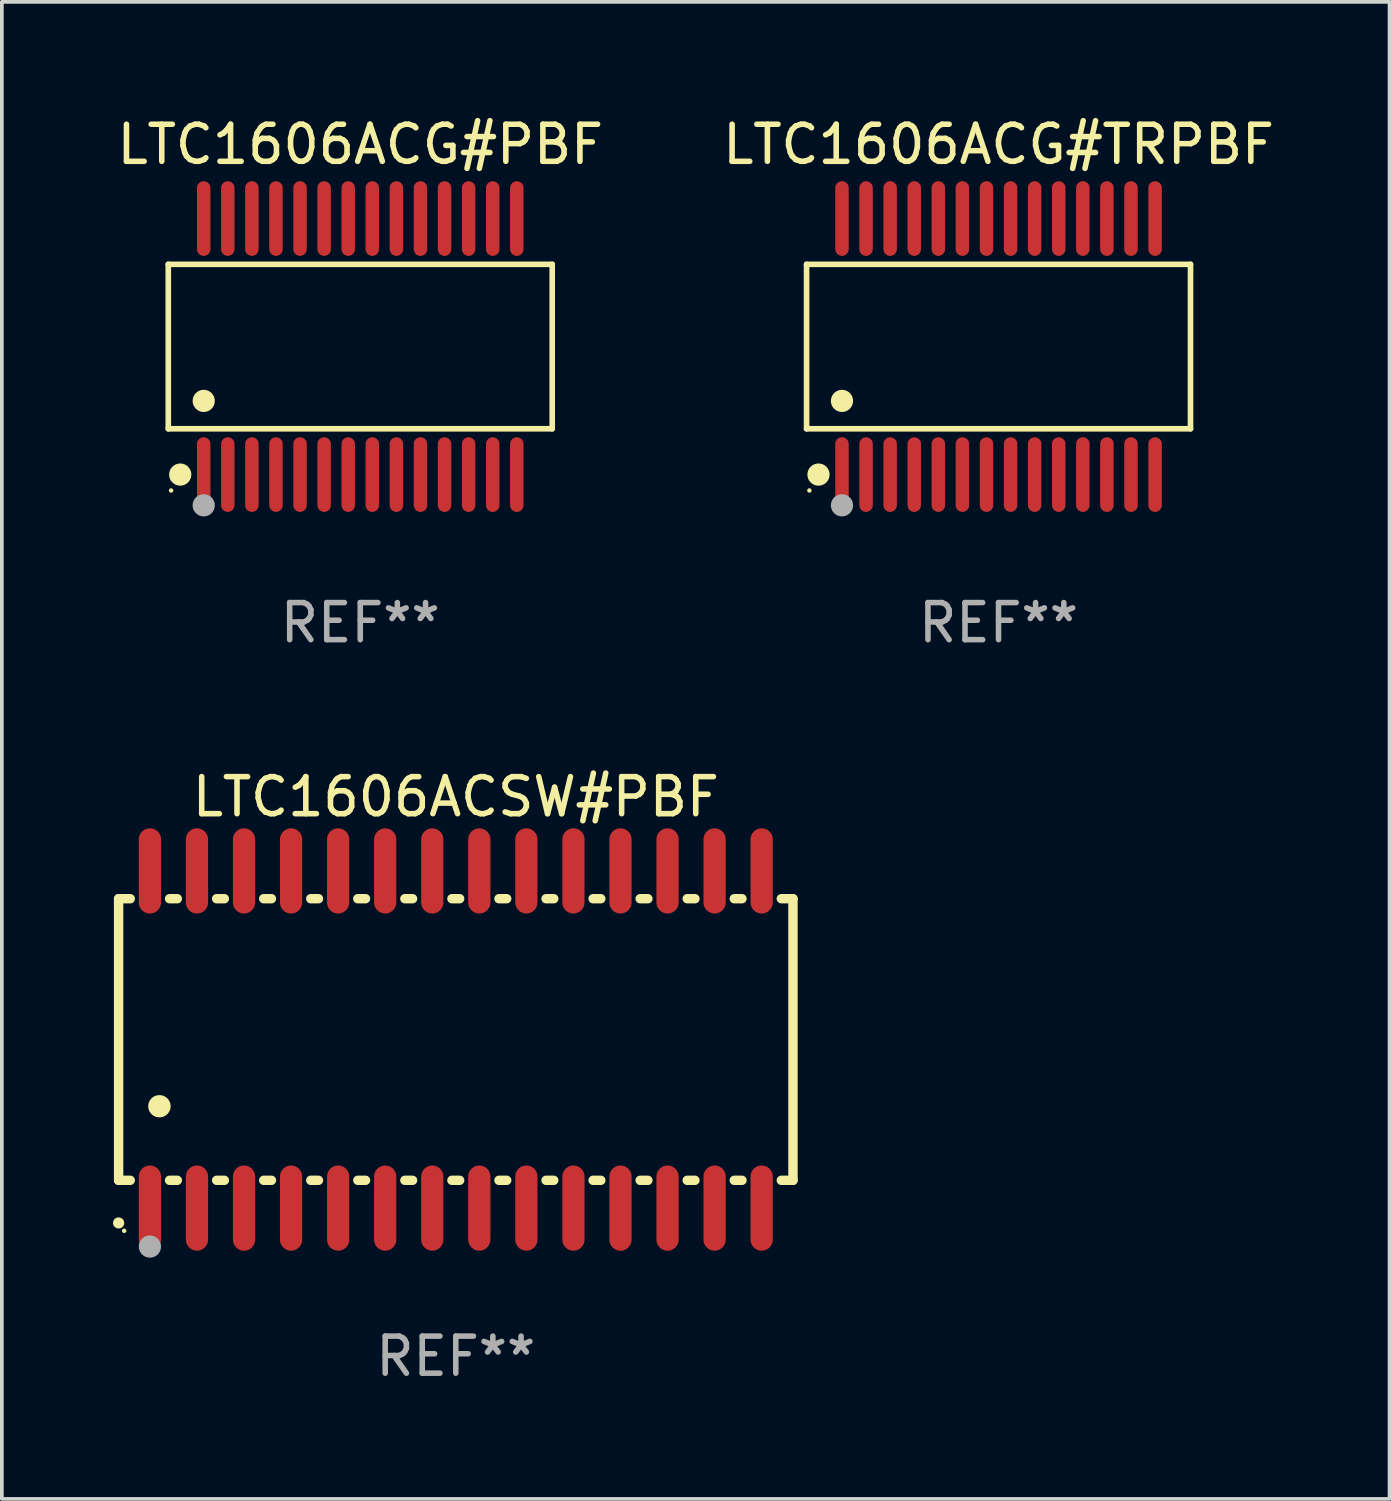
<source format=kicad_pcb>
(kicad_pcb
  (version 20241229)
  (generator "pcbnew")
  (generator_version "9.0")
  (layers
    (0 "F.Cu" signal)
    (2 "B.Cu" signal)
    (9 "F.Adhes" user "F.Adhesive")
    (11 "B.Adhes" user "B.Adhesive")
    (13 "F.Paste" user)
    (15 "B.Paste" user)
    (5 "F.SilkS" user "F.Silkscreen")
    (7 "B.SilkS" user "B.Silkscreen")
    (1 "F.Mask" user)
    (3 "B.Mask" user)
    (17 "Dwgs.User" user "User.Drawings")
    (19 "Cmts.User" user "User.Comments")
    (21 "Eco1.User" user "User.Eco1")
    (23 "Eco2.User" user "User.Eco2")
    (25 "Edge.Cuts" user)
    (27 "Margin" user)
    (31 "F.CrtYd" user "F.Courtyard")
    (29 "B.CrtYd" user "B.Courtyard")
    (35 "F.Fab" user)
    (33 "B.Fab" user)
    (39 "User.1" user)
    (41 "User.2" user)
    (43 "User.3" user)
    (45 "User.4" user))
  (footprint "LTC1606ACG#PBF"
    (layer "F.Cu")
    (at 6.673 6.303)
    (property "Reference" "LTC1606ACG#PBF" (at 0 -5.455 0) (layer "F.SilkS") (effects (font (size 1 1) (thickness 0.15))))
    (attr through_hole)
    (fp_line (start -5.181 -2.219) (end 5.181 -2.219) (stroke (width 0.152) (type solid)) (layer "F.SilkS"))
    (fp_line (start -5.181 2.219) (end -5.181 -2.219) (stroke (width 0.152) (type solid)) (layer "F.SilkS"))
    (fp_line (start 5.181 -2.219) (end 5.181 2.219) (stroke (width 0.152) (type solid)) (layer "F.SilkS"))
    (fp_line (start 5.181 2.219) (end -5.181 2.219) (stroke (width 0.152) (type solid)) (layer "F.SilkS"))
    (fp_circle (center -5.105 3.885) (end -5.075 3.885) (stroke (width 0.06) (type solid)) (fill no) (layer "F.SilkS"))
    (fp_circle (center -4.859 3.455) (end -4.709 3.455) (stroke (width 0.3) (type solid)) (fill no) (layer "F.SilkS"))
    (fp_circle (center -4.225 1.467) (end -4.075 1.467) (stroke (width 0.3) (type solid)) (fill no) (layer "F.SilkS"))
    (fp_circle (center -4.225 4.285) (end -4.075 4.285) (stroke (width 0.3) (type solid)) (fill no) (layer "F.Fab"))
    (fp_text user "REF**" (at 0 7.455 0) (layer "F.Fab") (effects (font (size 1 1) (thickness 0.15))))
    (pad "1" smd oval (at -4.225 3.455) (size 0.364 2.015) (layers "F.Cu" "F.Mask" "F.Paste"))
    (pad "2" smd oval (at -3.575 3.455) (size 0.364 2.015) (layers "F.Cu" "F.Mask" "F.Paste"))
    (pad "3" smd oval (at -2.925 3.455) (size 0.364 2.015) (layers "F.Cu" "F.Mask" "F.Paste"))
    (pad "4" smd oval (at -2.275 3.455) (size 0.364 2.015) (layers "F.Cu" "F.Mask" "F.Paste"))
    (pad "5" smd oval (at -1.625 3.455) (size 0.364 2.015) (layers "F.Cu" "F.Mask" "F.Paste"))
    (pad "6" smd oval (at -0.975 3.455) (size 0.364 2.015) (layers "F.Cu" "F.Mask" "F.Paste"))
    (pad "7" smd oval (at -0.325 3.455) (size 0.364 2.015) (layers "F.Cu" "F.Mask" "F.Paste"))
    (pad "8" smd oval (at 0.325 3.455) (size 0.364 2.015) (layers "F.Cu" "F.Mask" "F.Paste"))
    (pad "9" smd oval (at 0.975 3.455) (size 0.364 2.015) (layers "F.Cu" "F.Mask" "F.Paste"))
    (pad "10" smd oval (at 1.625 3.455) (size 0.364 2.015) (layers "F.Cu" "F.Mask" "F.Paste"))
    (pad "11" smd oval (at 2.275 3.455) (size 0.364 2.015) (layers "F.Cu" "F.Mask" "F.Paste"))
    (pad "12" smd oval (at 2.925 3.455) (size 0.364 2.015) (layers "F.Cu" "F.Mask" "F.Paste"))
    (pad "13" smd oval (at 3.575 3.455) (size 0.364 2.015) (layers "F.Cu" "F.Mask" "F.Paste"))
    (pad "14" smd oval (at 4.225 3.455) (size 0.364 2.015) (layers "F.Cu" "F.Mask" "F.Paste"))
    (pad "15" smd oval (at 4.225 -3.455) (size 0.364 2.015) (layers "F.Cu" "F.Mask" "F.Paste"))
    (pad "16" smd oval (at 3.575 -3.455) (size 0.364 2.015) (layers "F.Cu" "F.Mask" "F.Paste"))
    (pad "17" smd oval (at 2.925 -3.455) (size 0.364 2.015) (layers "F.Cu" "F.Mask" "F.Paste"))
    (pad "18" smd oval (at 2.275 -3.455) (size 0.364 2.015) (layers "F.Cu" "F.Mask" "F.Paste"))
    (pad "19" smd oval (at 1.625 -3.455) (size 0.364 2.015) (layers "F.Cu" "F.Mask" "F.Paste"))
    (pad "20" smd oval (at 0.975 -3.455) (size 0.364 2.015) (layers "F.Cu" "F.Mask" "F.Paste"))
    (pad "21" smd oval (at 0.325 -3.455) (size 0.364 2.015) (layers "F.Cu" "F.Mask" "F.Paste"))
    (pad "22" smd oval (at -0.325 -3.455) (size 0.364 2.015) (layers "F.Cu" "F.Mask" "F.Paste"))
    (pad "23" smd oval (at -0.975 -3.455) (size 0.364 2.015) (layers "F.Cu" "F.Mask" "F.Paste"))
    (pad "24" smd oval (at -1.625 -3.455) (size 0.364 2.015) (layers "F.Cu" "F.Mask" "F.Paste"))
    (pad "25" smd oval (at -2.275 -3.455) (size 0.364 2.015) (layers "F.Cu" "F.Mask" "F.Paste"))
    (pad "26" smd oval (at -2.925 -3.455) (size 0.364 2.015) (layers "F.Cu" "F.Mask" "F.Paste"))
    (pad "27" smd oval (at -3.575 -3.455) (size 0.364 2.015) (layers "F.Cu" "F.Mask" "F.Paste"))
    (pad "28" smd oval (at -4.225 -3.455) (size 0.364 2.015) (layers "F.Cu" "F.Mask" "F.Paste")))
  (footprint "LTC1606ACG#TRPBF"
    (layer "F.Cu")
    (at 23.899 6.303)
    (property "Reference" "LTC1606ACG#TRPBF" (at 0 -5.455 0) (layer "F.SilkS") (effects (font (size 1 1) (thickness 0.15))))
    (attr through_hole)
    (fp_line (start -5.181 -2.219) (end 5.181 -2.219) (stroke (width 0.152) (type solid)) (layer "F.SilkS"))
    (fp_line (start -5.181 2.219) (end -5.181 -2.219) (stroke (width 0.152) (type solid)) (layer "F.SilkS"))
    (fp_line (start 5.181 -2.219) (end 5.181 2.219) (stroke (width 0.152) (type solid)) (layer "F.SilkS"))
    (fp_line (start 5.181 2.219) (end -5.181 2.219) (stroke (width 0.152) (type solid)) (layer "F.SilkS"))
    (fp_circle (center -5.105 3.885) (end -5.075 3.885) (stroke (width 0.06) (type solid)) (fill no) (layer "F.SilkS"))
    (fp_circle (center -4.859 3.455) (end -4.709 3.455) (stroke (width 0.3) (type solid)) (fill no) (layer "F.SilkS"))
    (fp_circle (center -4.225 1.467) (end -4.075 1.467) (stroke (width 0.3) (type solid)) (fill no) (layer "F.SilkS"))
    (fp_circle (center -4.225 4.285) (end -4.075 4.285) (stroke (width 0.3) (type solid)) (fill no) (layer "F.Fab"))
    (fp_text user "REF**" (at 0 7.455 0) (layer "F.Fab") (effects (font (size 1 1) (thickness 0.15))))
    (pad "1" smd oval (at -4.225 3.455) (size 0.364 2.015) (layers "F.Cu" "F.Mask" "F.Paste"))
    (pad "2" smd oval (at -3.575 3.455) (size 0.364 2.015) (layers "F.Cu" "F.Mask" "F.Paste"))
    (pad "3" smd oval (at -2.925 3.455) (size 0.364 2.015) (layers "F.Cu" "F.Mask" "F.Paste"))
    (pad "4" smd oval (at -2.275 3.455) (size 0.364 2.015) (layers "F.Cu" "F.Mask" "F.Paste"))
    (pad "5" smd oval (at -1.625 3.455) (size 0.364 2.015) (layers "F.Cu" "F.Mask" "F.Paste"))
    (pad "6" smd oval (at -0.975 3.455) (size 0.364 2.015) (layers "F.Cu" "F.Mask" "F.Paste"))
    (pad "7" smd oval (at -0.325 3.455) (size 0.364 2.015) (layers "F.Cu" "F.Mask" "F.Paste"))
    (pad "8" smd oval (at 0.325 3.455) (size 0.364 2.015) (layers "F.Cu" "F.Mask" "F.Paste"))
    (pad "9" smd oval (at 0.975 3.455) (size 0.364 2.015) (layers "F.Cu" "F.Mask" "F.Paste"))
    (pad "10" smd oval (at 1.625 3.455) (size 0.364 2.015) (layers "F.Cu" "F.Mask" "F.Paste"))
    (pad "11" smd oval (at 2.275 3.455) (size 0.364 2.015) (layers "F.Cu" "F.Mask" "F.Paste"))
    (pad "12" smd oval (at 2.925 3.455) (size 0.364 2.015) (layers "F.Cu" "F.Mask" "F.Paste"))
    (pad "13" smd oval (at 3.575 3.455) (size 0.364 2.015) (layers "F.Cu" "F.Mask" "F.Paste"))
    (pad "14" smd oval (at 4.225 3.455) (size 0.364 2.015) (layers "F.Cu" "F.Mask" "F.Paste"))
    (pad "15" smd oval (at 4.225 -3.455) (size 0.364 2.015) (layers "F.Cu" "F.Mask" "F.Paste"))
    (pad "16" smd oval (at 3.575 -3.455) (size 0.364 2.015) (layers "F.Cu" "F.Mask" "F.Paste"))
    (pad "17" smd oval (at 2.925 -3.455) (size 0.364 2.015) (layers "F.Cu" "F.Mask" "F.Paste"))
    (pad "18" smd oval (at 2.275 -3.455) (size 0.364 2.015) (layers "F.Cu" "F.Mask" "F.Paste"))
    (pad "19" smd oval (at 1.625 -3.455) (size 0.364 2.015) (layers "F.Cu" "F.Mask" "F.Paste"))
    (pad "20" smd oval (at 0.975 -3.455) (size 0.364 2.015) (layers "F.Cu" "F.Mask" "F.Paste"))
    (pad "21" smd oval (at 0.325 -3.455) (size 0.364 2.015) (layers "F.Cu" "F.Mask" "F.Paste"))
    (pad "22" smd oval (at -0.325 -3.455) (size 0.364 2.015) (layers "F.Cu" "F.Mask" "F.Paste"))
    (pad "23" smd oval (at -0.975 -3.455) (size 0.364 2.015) (layers "F.Cu" "F.Mask" "F.Paste"))
    (pad "24" smd oval (at -1.625 -3.455) (size 0.364 2.015) (layers "F.Cu" "F.Mask" "F.Paste"))
    (pad "25" smd oval (at -2.275 -3.455) (size 0.364 2.015) (layers "F.Cu" "F.Mask" "F.Paste"))
    (pad "26" smd oval (at -2.925 -3.455) (size 0.364 2.015) (layers "F.Cu" "F.Mask" "F.Paste"))
    (pad "27" smd oval (at -3.575 -3.455) (size 0.364 2.015) (layers "F.Cu" "F.Mask" "F.Paste"))
    (pad "28" smd oval (at -4.225 -3.455) (size 0.364 2.015) (layers "F.Cu" "F.Mask" "F.Paste")))
  (footprint "LTC1606ACSW#PBF"
    (layer "F.Cu")
    (at 9.251 25.005)
    (property "Reference" "LTC1606ACSW#PBF" (at 0 -6.55 0) (layer "F.SilkS") (effects (font (size 1 1) (thickness 0.15))))
    (attr through_hole)
    (fp_line (start -9.1 -3.8) (end -9.1 3.8) (stroke (width 0.254) (type solid)) (layer "F.SilkS"))
    (fp_line (start -9.1 -3.8) (end -8.786 -3.8) (stroke (width 0.254) (type solid)) (layer "F.SilkS"))
    (fp_line (start -9.1 3.8) (end -8.786 3.8) (stroke (width 0.254) (type solid)) (layer "F.SilkS"))
    (fp_line (start -7.724 -3.8) (end -7.516 -3.8) (stroke (width 0.254) (type solid)) (layer "F.SilkS"))
    (fp_line (start -7.724 3.8) (end -7.516 3.8) (stroke (width 0.254) (type solid)) (layer "F.SilkS"))
    (fp_line (start -6.454 -3.8) (end -6.246 -3.8) (stroke (width 0.254) (type solid)) (layer "F.SilkS"))
    (fp_line (start -6.454 3.8) (end -6.246 3.8) (stroke (width 0.254) (type solid)) (layer "F.SilkS"))
    (fp_line (start -5.184 -3.8) (end -4.976 -3.8) (stroke (width 0.254) (type solid)) (layer "F.SilkS"))
    (fp_line (start -5.184 3.8) (end -4.976 3.8) (stroke (width 0.254) (type solid)) (layer "F.SilkS"))
    (fp_line (start -3.914 -3.8) (end -3.706 -3.8) (stroke (width 0.254) (type solid)) (layer "F.SilkS"))
    (fp_line (start -3.914 3.8) (end -3.706 3.8) (stroke (width 0.254) (type solid)) (layer "F.SilkS"))
    (fp_line (start -2.644 -3.8) (end -2.436 -3.8) (stroke (width 0.254) (type solid)) (layer "F.SilkS"))
    (fp_line (start -2.644 3.8) (end -2.436 3.8) (stroke (width 0.254) (type solid)) (layer "F.SilkS"))
    (fp_line (start -1.374 -3.8) (end -1.166 -3.8) (stroke (width 0.254) (type solid)) (layer "F.SilkS"))
    (fp_line (start -1.374 3.8) (end -1.166 3.8) (stroke (width 0.254) (type solid)) (layer "F.SilkS"))
    (fp_line (start -0.104 -3.8) (end 0.104 -3.8) (stroke (width 0.254) (type solid)) (layer "F.SilkS"))
    (fp_line (start -0.104 3.8) (end 0.104 3.8) (stroke (width 0.254) (type solid)) (layer "F.SilkS"))
    (fp_line (start 1.166 -3.8) (end 1.374 -3.8) (stroke (width 0.254) (type solid)) (layer "F.SilkS"))
    (fp_line (start 1.166 3.8) (end 1.374 3.8) (stroke (width 0.254) (type solid)) (layer "F.SilkS"))
    (fp_line (start 2.436 -3.8) (end 2.644 -3.8) (stroke (width 0.254) (type solid)) (layer "F.SilkS"))
    (fp_line (start 2.436 3.8) (end 2.644 3.8) (stroke (width 0.254) (type solid)) (layer "F.SilkS"))
    (fp_line (start 3.706 -3.8) (end 3.914 -3.8) (stroke (width 0.254) (type solid)) (layer "F.SilkS"))
    (fp_line (start 3.706 3.8) (end 3.914 3.8) (stroke (width 0.254) (type solid)) (layer "F.SilkS"))
    (fp_line (start 4.976 -3.8) (end 5.184 -3.8) (stroke (width 0.254) (type solid)) (layer "F.SilkS"))
    (fp_line (start 4.976 3.8) (end 5.184 3.8) (stroke (width 0.254) (type solid)) (layer "F.SilkS"))
    (fp_line (start 6.246 -3.8) (end 6.454 -3.8) (stroke (width 0.254) (type solid)) (layer "F.SilkS"))
    (fp_line (start 6.246 3.8) (end 6.454 3.8) (stroke (width 0.254) (type solid)) (layer "F.SilkS"))
    (fp_line (start 7.516 -3.8) (end 7.724 -3.8) (stroke (width 0.254) (type solid)) (layer "F.SilkS"))
    (fp_line (start 7.516 3.8) (end 7.724 3.8) (stroke (width 0.254) (type solid)) (layer "F.SilkS"))
    (fp_line (start 8.786 -3.8) (end 9.1 -3.8) (stroke (width 0.254) (type solid)) (layer "F.SilkS"))
    (fp_line (start 8.786 3.8) (end 9.1 3.8) (stroke (width 0.254) (type solid)) (layer "F.SilkS"))
    (fp_line (start 9.1 -3.8) (end 9.1 3.8) (stroke (width 0.254) (type solid)) (layer "F.SilkS"))
    (fp_arc (start -9.100864 4.95047) (mid -9.099594 4.950465) (end -9.098324 4.95047) (stroke (width 0.3) (type solid)) (layer "F.SilkS"))
    (fp_arc (start -8.001041 1.800864) (mid -7.998501 1.800853) (end -7.995961 1.800864) (stroke (width 0.6) (type solid)) (layer "F.SilkS"))
    (fp_circle (center -8.95 5.163) (end -8.92 5.163) (stroke (width 0.06) (type solid)) (fill no) (layer "F.SilkS"))
    (fp_circle (center -8.255 5.588) (end -8.105 5.588) (stroke (width 0.3) (type solid)) (fill no) (layer "F.Fab"))
    (fp_text user "REF**" (at 0 8.55 0) (layer "F.Fab") (effects (font (size 1 1) (thickness 0.15))))
    (pad "1" smd oval (at -8.255 4.55 180) (size 0.6 2.3) (layers "F.Cu" "F.Mask" "F.Paste"))
    (pad "2" smd oval (at -6.985 4.55 180) (size 0.6 2.3) (layers "F.Cu" "F.Mask" "F.Paste"))
    (pad "3" smd oval (at -5.715 4.55 180) (size 0.6 2.3) (layers "F.Cu" "F.Mask" "F.Paste"))
    (pad "4" smd oval (at -4.445 4.55 180) (size 0.6 2.3) (layers "F.Cu" "F.Mask" "F.Paste"))
    (pad "5" smd oval (at -3.175 4.55 180) (size 0.6 2.3) (layers "F.Cu" "F.Mask" "F.Paste"))
    (pad "6" smd oval (at -1.905 4.55 180) (size 0.6 2.3) (layers "F.Cu" "F.Mask" "F.Paste"))
    (pad "7" smd oval (at -0.635 4.55 180) (size 0.6 2.3) (layers "F.Cu" "F.Mask" "F.Paste"))
    (pad "8" smd oval (at 0.635 4.55 180) (size 0.6 2.3) (layers "F.Cu" "F.Mask" "F.Paste"))
    (pad "9" smd oval (at 1.905 4.55 180) (size 0.6 2.3) (layers "F.Cu" "F.Mask" "F.Paste"))
    (pad "10" smd oval (at 3.175 4.55 180) (size 0.6 2.3) (layers "F.Cu" "F.Mask" "F.Paste"))
    (pad "11" smd oval (at 4.445 4.55 180) (size 0.6 2.3) (layers "F.Cu" "F.Mask" "F.Paste"))
    (pad "12" smd oval (at 5.715 4.55 180) (size 0.6 2.3) (layers "F.Cu" "F.Mask" "F.Paste"))
    (pad "13" smd oval (at 6.985 4.55 180) (size 0.6 2.3) (layers "F.Cu" "F.Mask" "F.Paste"))
    (pad "14" smd oval (at 8.255 4.55 180) (size 0.6 2.3) (layers "F.Cu" "F.Mask" "F.Paste"))
    (pad "15" smd oval (at 8.255 -4.55 180) (size 0.6 2.3) (layers "F.Cu" "F.Mask" "F.Paste"))
    (pad "16" smd oval (at 6.985 -4.55 180) (size 0.6 2.3) (layers "F.Cu" "F.Mask" "F.Paste"))
    (pad "17" smd oval (at 5.715 -4.55 180) (size 0.6 2.3) (layers "F.Cu" "F.Mask" "F.Paste"))
    (pad "18" smd oval (at 4.445 -4.55 180) (size 0.6 2.3) (layers "F.Cu" "F.Mask" "F.Paste"))
    (pad "19" smd oval (at 3.175 -4.55 180) (size 0.6 2.3) (layers "F.Cu" "F.Mask" "F.Paste"))
    (pad "20" smd oval (at 1.905 -4.55 180) (size 0.6 2.3) (layers "F.Cu" "F.Mask" "F.Paste"))
    (pad "21" smd oval (at 0.635 -4.55 180) (size 0.6 2.3) (layers "F.Cu" "F.Mask" "F.Paste"))
    (pad "22" smd oval (at -0.635 -4.55 180) (size 0.6 2.3) (layers "F.Cu" "F.Mask" "F.Paste"))
    (pad "23" smd oval (at -1.905 -4.55 180) (size 0.6 2.3) (layers "F.Cu" "F.Mask" "F.Paste"))
    (pad "24" smd oval (at -3.175 -4.55 180) (size 0.6 2.3) (layers "F.Cu" "F.Mask" "F.Paste"))
    (pad "25" smd oval (at -4.445 -4.55 180) (size 0.6 2.3) (layers "F.Cu" "F.Mask" "F.Paste"))
    (pad "26" smd oval (at -5.715 -4.55 180) (size 0.6 2.3) (layers "F.Cu" "F.Mask" "F.Paste"))
    (pad "27" smd oval (at -6.985 -4.55 180) (size 0.6 2.3) (layers "F.Cu" "F.Mask" "F.Paste"))
    (pad "28" smd oval (at -8.255 -4.55 180) (size 0.6 2.3) (layers "F.Cu" "F.Mask" "F.Paste")))
  (gr_rect
    (start -3 -3)
    (end 34.452 37.403)
    (stroke (width 0.1) (type default))
    (fill no)
    (layer "Edge.Cuts")))
</source>
